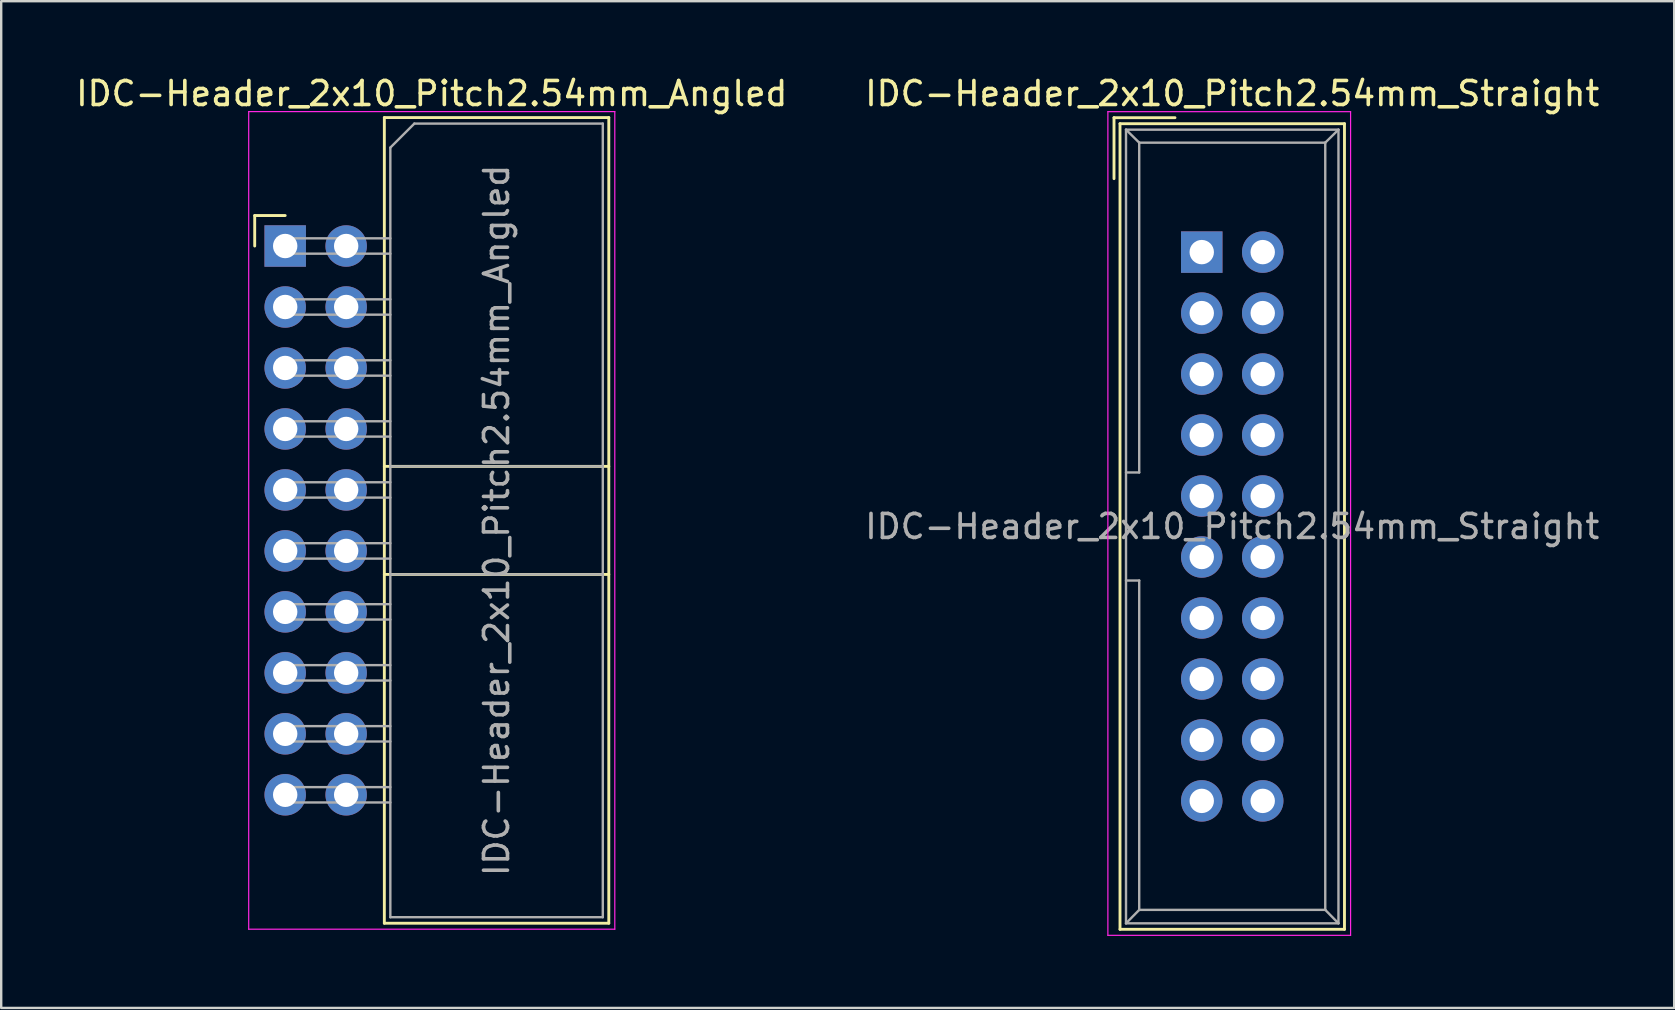
<source format=kicad_pcb>
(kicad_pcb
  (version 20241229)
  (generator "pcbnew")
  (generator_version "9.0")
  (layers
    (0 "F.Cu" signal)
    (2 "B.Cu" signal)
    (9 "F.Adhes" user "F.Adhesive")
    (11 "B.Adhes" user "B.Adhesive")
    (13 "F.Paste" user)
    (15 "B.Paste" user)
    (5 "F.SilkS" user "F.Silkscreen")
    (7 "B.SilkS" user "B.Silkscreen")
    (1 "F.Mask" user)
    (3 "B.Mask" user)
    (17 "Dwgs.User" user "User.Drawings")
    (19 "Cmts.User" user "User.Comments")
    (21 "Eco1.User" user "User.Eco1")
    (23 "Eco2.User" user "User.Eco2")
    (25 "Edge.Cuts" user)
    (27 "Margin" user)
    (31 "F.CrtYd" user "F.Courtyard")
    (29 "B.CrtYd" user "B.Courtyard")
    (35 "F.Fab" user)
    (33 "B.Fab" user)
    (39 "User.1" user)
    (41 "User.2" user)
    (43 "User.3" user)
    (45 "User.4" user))
  (footprint "IDC-Header_2x10_Pitch2.54mm_Straight"
    (layer "F.Cu")
    (at 47.01 7.452)
    (property "Reference" "IDC-Header_2x10_Pitch2.54mm_Straight" (at 1.27 -6.604 0) (layer "F.SilkS") (effects (font (size 1 1) (thickness 0.15))))
    (attr through_hole)
    (fp_line (start -3.655 -5.6) (end -3.655 -3.06) (stroke (width 0.12) (type solid)) (layer "F.SilkS"))
    (fp_line (start -3.655 -5.6) (end -1.115 -5.6) (stroke (width 0.12) (type solid)) (layer "F.SilkS"))
    (fp_line (start -3.405 -5.35) (end 5.945 -5.35) (stroke (width 0.12) (type solid)) (layer "F.SilkS"))
    (fp_line (start -3.405 28.21) (end -3.405 -5.35) (stroke (width 0.12) (type solid)) (layer "F.SilkS"))
    (fp_line (start 5.945 -5.35) (end 5.945 28.21) (stroke (width 0.12) (type solid)) (layer "F.SilkS"))
    (fp_line (start 5.945 28.21) (end -3.405 28.21) (stroke (width 0.12) (type solid)) (layer "F.SilkS"))
    (fp_line (start -3.91 -5.85) (end 6.2 -5.85) (stroke (width 0.05) (type solid)) (layer "F.CrtYd"))
    (fp_line (start -3.91 28.46) (end -3.91 -5.85) (stroke (width 0.05) (type solid)) (layer "F.CrtYd"))
    (fp_line (start 6.2 -5.85) (end 6.2 28.46) (stroke (width 0.05) (type solid)) (layer "F.CrtYd"))
    (fp_line (start 6.2 28.46) (end -3.91 28.46) (stroke (width 0.05) (type solid)) (layer "F.CrtYd"))
    (fp_line (start -3.155 -5.1) (end -3.155 27.96) (stroke (width 0.1) (type solid)) (layer "F.Fab"))
    (fp_line (start -3.155 -5.1) (end -2.605 -4.56) (stroke (width 0.1) (type solid)) (layer "F.Fab"))
    (fp_line (start -3.155 27.96) (end -2.605 27.4) (stroke (width 0.1) (type solid)) (layer "F.Fab"))
    (fp_line (start -2.605 -4.56) (end -2.605 9.18) (stroke (width 0.1) (type solid)) (layer "F.Fab"))
    (fp_line (start -2.605 9.18) (end -3.155 9.18) (stroke (width 0.1) (type solid)) (layer "F.Fab"))
    (fp_line (start -2.605 13.68) (end -3.155 13.68) (stroke (width 0.1) (type solid)) (layer "F.Fab"))
    (fp_line (start -2.605 13.68) (end -2.605 27.4) (stroke (width 0.1) (type solid)) (layer "F.Fab"))
    (fp_line (start 5.145 -4.56) (end -2.605 -4.56) (stroke (width 0.1) (type solid)) (layer "F.Fab"))
    (fp_line (start 5.145 -4.56) (end 5.145 27.4) (stroke (width 0.1) (type solid)) (layer "F.Fab"))
    (fp_line (start 5.145 27.4) (end -2.605 27.4) (stroke (width 0.1) (type solid)) (layer "F.Fab"))
    (fp_line (start 5.695 -5.1) (end -3.155 -5.1) (stroke (width 0.1) (type solid)) (layer "F.Fab"))
    (fp_line (start 5.695 -5.1) (end 5.145 -4.56) (stroke (width 0.1) (type solid)) (layer "F.Fab"))
    (fp_line (start 5.695 -5.1) (end 5.695 27.96) (stroke (width 0.1) (type solid)) (layer "F.Fab"))
    (fp_line (start 5.695 27.96) (end -3.155 27.96) (stroke (width 0.1) (type solid)) (layer "F.Fab"))
    (fp_line (start 5.695 27.96) (end 5.145 27.4) (stroke (width 0.1) (type solid)) (layer "F.Fab"))
    (fp_text user "${REFERENCE}" (at 1.27 11.43 0) (layer "F.Fab") (effects (font (size 1 1) (thickness 0.15))))
    (pad "1" thru_hole rect (at 0 0) (size 1.727 1.727) (drill 1.016) (layers "*.Cu" "*.Mask"))
    (pad "2" thru_hole oval (at 2.54 0) (size 1.727 1.727) (drill 1.016) (layers "*.Cu" "*.Mask"))
    (pad "3" thru_hole oval (at 0 2.54) (size 1.727 1.727) (drill 1.016) (layers "*.Cu" "*.Mask"))
    (pad "4" thru_hole oval (at 2.54 2.54) (size 1.727 1.727) (drill 1.016) (layers "*.Cu" "*.Mask"))
    (pad "5" thru_hole oval (at 0 5.08) (size 1.727 1.727) (drill 1.016) (layers "*.Cu" "*.Mask"))
    (pad "6" thru_hole oval (at 2.54 5.08) (size 1.727 1.727) (drill 1.016) (layers "*.Cu" "*.Mask"))
    (pad "7" thru_hole oval (at 0 7.62) (size 1.727 1.727) (drill 1.016) (layers "*.Cu" "*.Mask"))
    (pad "8" thru_hole oval (at 2.54 7.62) (size 1.727 1.727) (drill 1.016) (layers "*.Cu" "*.Mask"))
    (pad "9" thru_hole oval (at 0 10.16) (size 1.727 1.727) (drill 1.016) (layers "*.Cu" "*.Mask"))
    (pad "10" thru_hole oval (at 2.54 10.16) (size 1.727 1.727) (drill 1.016) (layers "*.Cu" "*.Mask"))
    (pad "11" thru_hole oval (at 0 12.7) (size 1.727 1.727) (drill 1.016) (layers "*.Cu" "*.Mask"))
    (pad "12" thru_hole oval (at 2.54 12.7) (size 1.727 1.727) (drill 1.016) (layers "*.Cu" "*.Mask"))
    (pad "13" thru_hole oval (at 0 15.24) (size 1.727 1.727) (drill 1.016) (layers "*.Cu" "*.Mask"))
    (pad "14" thru_hole oval (at 2.54 15.24) (size 1.727 1.727) (drill 1.016) (layers "*.Cu" "*.Mask"))
    (pad "15" thru_hole oval (at 0 17.78) (size 1.727 1.727) (drill 1.016) (layers "*.Cu" "*.Mask"))
    (pad "16" thru_hole oval (at 2.54 17.78) (size 1.727 1.727) (drill 1.016) (layers "*.Cu" "*.Mask"))
    (pad "17" thru_hole oval (at 0 20.32) (size 1.727 1.727) (drill 1.016) (layers "*.Cu" "*.Mask"))
    (pad "18" thru_hole oval (at 2.54 20.32) (size 1.727 1.727) (drill 1.016) (layers "*.Cu" "*.Mask"))
    (pad "19" thru_hole oval (at 0 22.86) (size 1.727 1.727) (drill 1.016) (layers "*.Cu" "*.Mask"))
    (pad "20" thru_hole oval (at 2.54 22.86) (size 1.727 1.727) (drill 1.016) (layers "*.Cu" "*.Mask")))
  (footprint "IDC-Header_2x10_Pitch2.54mm_Angled"
    (layer "F.Cu")
    (at 8.83 7.198)
    (property "Reference" "IDC-Header_2x10_Pitch2.54mm_Angled" (at 6.105 -6.35 0) (layer "F.SilkS") (effects (font (size 1 1) (thickness 0.15))))
    (attr through_hole)
    (fp_line (start -1.27 -1.27) (end -1.27 0) (stroke (width 0.12) (type solid)) (layer "F.SilkS"))
    (fp_line (start 0 -1.27) (end -1.27 -1.27) (stroke (width 0.12) (type solid)) (layer "F.SilkS"))
    (fp_line (start 4.13 -5.35) (end 13.48 -5.35) (stroke (width 0.12) (type solid)) (layer "F.SilkS"))
    (fp_line (start 4.13 9.18) (end 13.48 9.18) (stroke (width 0.12) (type solid)) (layer "F.SilkS"))
    (fp_line (start 4.13 13.68) (end 13.48 13.68) (stroke (width 0.12) (type solid)) (layer "F.SilkS"))
    (fp_line (start 4.13 28.21) (end 4.13 -5.35) (stroke (width 0.12) (type solid)) (layer "F.SilkS"))
    (fp_line (start 4.13 28.21) (end 13.48 28.21) (stroke (width 0.12) (type solid)) (layer "F.SilkS"))
    (fp_line (start 13.48 -5.35) (end 13.48 28.21) (stroke (width 0.12) (type solid)) (layer "F.SilkS"))
    (fp_line (start -1.52 -5.6) (end 13.73 -5.6) (stroke (width 0.05) (type solid)) (layer "F.CrtYd"))
    (fp_line (start -1.52 28.46) (end -1.52 -5.6) (stroke (width 0.05) (type solid)) (layer "F.CrtYd"))
    (fp_line (start 13.73 -5.6) (end 13.73 28.46) (stroke (width 0.05) (type solid)) (layer "F.CrtYd"))
    (fp_line (start 13.73 28.46) (end -1.52 28.46) (stroke (width 0.05) (type solid)) (layer "F.CrtYd"))
    (fp_line (start -0.32 -0.32) (end -0.32 0.32) (stroke (width 0.1) (type solid)) (layer "F.Fab"))
    (fp_line (start -0.32 0.32) (end 4.38 0.32) (stroke (width 0.1) (type solid)) (layer "F.Fab"))
    (fp_line (start -0.32 2.22) (end -0.32 2.86) (stroke (width 0.1) (type solid)) (layer "F.Fab"))
    (fp_line (start -0.32 2.86) (end 4.38 2.86) (stroke (width 0.1) (type solid)) (layer "F.Fab"))
    (fp_line (start -0.32 4.76) (end -0.32 5.4) (stroke (width 0.1) (type solid)) (layer "F.Fab"))
    (fp_line (start -0.32 5.4) (end 4.38 5.4) (stroke (width 0.1) (type solid)) (layer "F.Fab"))
    (fp_line (start -0.32 7.3) (end -0.32 7.94) (stroke (width 0.1) (type solid)) (layer "F.Fab"))
    (fp_line (start -0.32 7.94) (end 4.38 7.94) (stroke (width 0.1) (type solid)) (layer "F.Fab"))
    (fp_line (start -0.32 9.84) (end -0.32 10.48) (stroke (width 0.1) (type solid)) (layer "F.Fab"))
    (fp_line (start -0.32 10.48) (end 4.38 10.48) (stroke (width 0.1) (type solid)) (layer "F.Fab"))
    (fp_line (start -0.32 12.38) (end -0.32 13.02) (stroke (width 0.1) (type solid)) (layer "F.Fab"))
    (fp_line (start -0.32 13.02) (end 4.38 13.02) (stroke (width 0.1) (type solid)) (layer "F.Fab"))
    (fp_line (start -0.32 14.92) (end -0.32 15.56) (stroke (width 0.1) (type solid)) (layer "F.Fab"))
    (fp_line (start -0.32 15.56) (end 4.38 15.56) (stroke (width 0.1) (type solid)) (layer "F.Fab"))
    (fp_line (start -0.32 17.46) (end -0.32 18.1) (stroke (width 0.1) (type solid)) (layer "F.Fab"))
    (fp_line (start -0.32 18.1) (end 4.38 18.1) (stroke (width 0.1) (type solid)) (layer "F.Fab"))
    (fp_line (start -0.32 20) (end -0.32 20.64) (stroke (width 0.1) (type solid)) (layer "F.Fab"))
    (fp_line (start -0.32 20.64) (end 4.38 20.64) (stroke (width 0.1) (type solid)) (layer "F.Fab"))
    (fp_line (start -0.32 22.54) (end -0.32 23.18) (stroke (width 0.1) (type solid)) (layer "F.Fab"))
    (fp_line (start -0.32 23.18) (end 4.38 23.18) (stroke (width 0.1) (type solid)) (layer "F.Fab"))
    (fp_line (start 4.38 -4.1) (end 5.38 -5.1) (stroke (width 0.1) (type solid)) (layer "F.Fab"))
    (fp_line (start 4.38 -0.32) (end -0.32 -0.32) (stroke (width 0.1) (type solid)) (layer "F.Fab"))
    (fp_line (start 4.38 2.22) (end -0.32 2.22) (stroke (width 0.1) (type solid)) (layer "F.Fab"))
    (fp_line (start 4.38 4.76) (end -0.32 4.76) (stroke (width 0.1) (type solid)) (layer "F.Fab"))
    (fp_line (start 4.38 7.3) (end -0.32 7.3) (stroke (width 0.1) (type solid)) (layer "F.Fab"))
    (fp_line (start 4.38 9.18) (end 13.23 9.18) (stroke (width 0.1) (type solid)) (layer "F.Fab"))
    (fp_line (start 4.38 9.84) (end -0.32 9.84) (stroke (width 0.1) (type solid)) (layer "F.Fab"))
    (fp_line (start 4.38 12.38) (end -0.32 12.38) (stroke (width 0.1) (type solid)) (layer "F.Fab"))
    (fp_line (start 4.38 13.68) (end 13.23 13.68) (stroke (width 0.1) (type solid)) (layer "F.Fab"))
    (fp_line (start 4.38 14.92) (end -0.32 14.92) (stroke (width 0.1) (type solid)) (layer "F.Fab"))
    (fp_line (start 4.38 17.46) (end -0.32 17.46) (stroke (width 0.1) (type solid)) (layer "F.Fab"))
    (fp_line (start 4.38 20) (end -0.32 20) (stroke (width 0.1) (type solid)) (layer "F.Fab"))
    (fp_line (start 4.38 22.54) (end -0.32 22.54) (stroke (width 0.1) (type solid)) (layer "F.Fab"))
    (fp_line (start 4.38 27.96) (end 4.38 -4.1) (stroke (width 0.1) (type solid)) (layer "F.Fab"))
    (fp_line (start 4.38 27.96) (end 13.23 27.96) (stroke (width 0.1) (type solid)) (layer "F.Fab"))
    (fp_line (start 5.38 -5.1) (end 13.23 -5.1) (stroke (width 0.1) (type solid)) (layer "F.Fab"))
    (fp_line (start 13.23 27.96) (end 13.23 -5.1) (stroke (width 0.1) (type solid)) (layer "F.Fab"))
    (fp_text user "${REFERENCE}" (at 8.805 11.43 90) (layer "F.Fab") (effects (font (size 1 1) (thickness 0.15))))
    (pad "1" thru_hole rect (at 0 0) (size 1.727 1.727) (drill 1.016) (layers "*.Cu" "*.Mask"))
    (pad "2" thru_hole oval (at 2.54 0) (size 1.727 1.727) (drill 1.016) (layers "*.Cu" "*.Mask"))
    (pad "3" thru_hole oval (at 0 2.54) (size 1.727 1.727) (drill 1.016) (layers "*.Cu" "*.Mask"))
    (pad "4" thru_hole oval (at 2.54 2.54) (size 1.727 1.727) (drill 1.016) (layers "*.Cu" "*.Mask"))
    (pad "5" thru_hole oval (at 0 5.08) (size 1.727 1.727) (drill 1.016) (layers "*.Cu" "*.Mask"))
    (pad "6" thru_hole oval (at 2.54 5.08) (size 1.727 1.727) (drill 1.016) (layers "*.Cu" "*.Mask"))
    (pad "7" thru_hole oval (at 0 7.62) (size 1.727 1.727) (drill 1.016) (layers "*.Cu" "*.Mask"))
    (pad "8" thru_hole oval (at 2.54 7.62) (size 1.727 1.727) (drill 1.016) (layers "*.Cu" "*.Mask"))
    (pad "9" thru_hole oval (at 0 10.16) (size 1.727 1.727) (drill 1.016) (layers "*.Cu" "*.Mask"))
    (pad "10" thru_hole oval (at 2.54 10.16) (size 1.727 1.727) (drill 1.016) (layers "*.Cu" "*.Mask"))
    (pad "11" thru_hole oval (at 0 12.7) (size 1.727 1.727) (drill 1.016) (layers "*.Cu" "*.Mask"))
    (pad "12" thru_hole oval (at 2.54 12.7) (size 1.727 1.727) (drill 1.016) (layers "*.Cu" "*.Mask"))
    (pad "13" thru_hole oval (at 0 15.24) (size 1.727 1.727) (drill 1.016) (layers "*.Cu" "*.Mask"))
    (pad "14" thru_hole oval (at 2.54 15.24) (size 1.727 1.727) (drill 1.016) (layers "*.Cu" "*.Mask"))
    (pad "15" thru_hole oval (at 0 17.78) (size 1.727 1.727) (drill 1.016) (layers "*.Cu" "*.Mask"))
    (pad "16" thru_hole oval (at 2.54 17.78) (size 1.727 1.727) (drill 1.016) (layers "*.Cu" "*.Mask"))
    (pad "17" thru_hole oval (at 0 20.32) (size 1.727 1.727) (drill 1.016) (layers "*.Cu" "*.Mask"))
    (pad "18" thru_hole oval (at 2.54 20.32) (size 1.727 1.727) (drill 1.016) (layers "*.Cu" "*.Mask"))
    (pad "19" thru_hole oval (at 0 22.86) (size 1.727 1.727) (drill 1.016) (layers "*.Cu" "*.Mask"))
    (pad "20" thru_hole oval (at 2.54 22.86) (size 1.727 1.727) (drill 1.016) (layers "*.Cu" "*.Mask")))
  (gr_rect
    (start -3 -3)
    (end 66.69 38.937)
    (stroke (width 0.1) (type default))
    (fill no)
    (layer "Edge.Cuts")))
</source>
